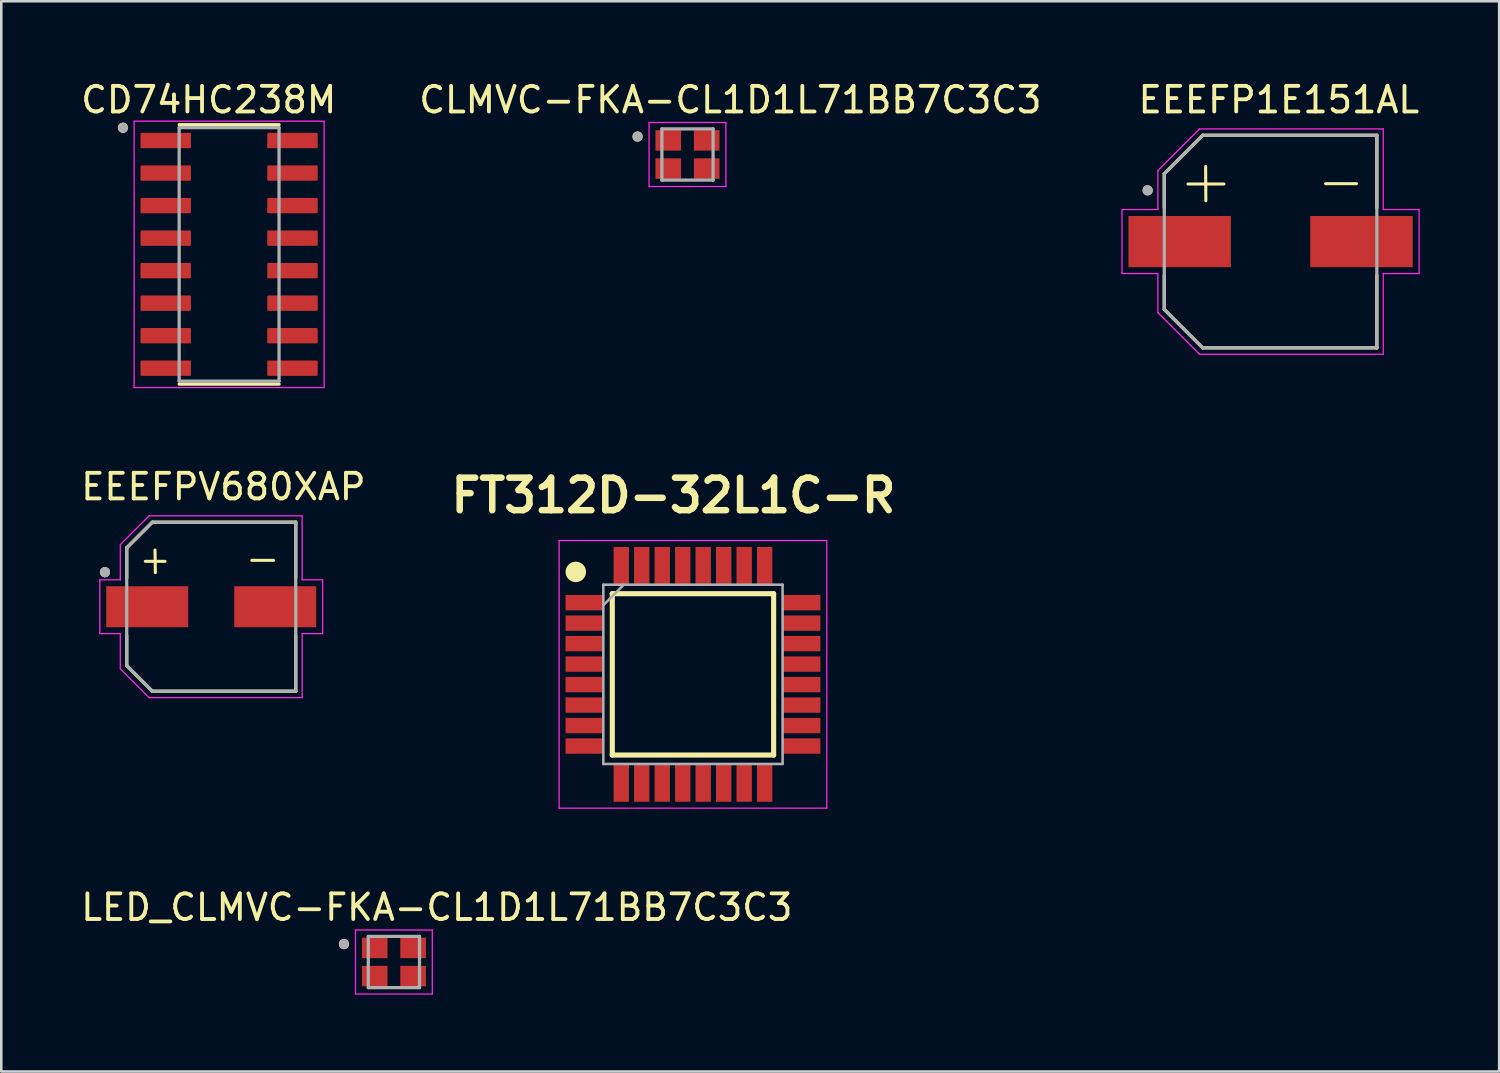
<source format=kicad_pcb>
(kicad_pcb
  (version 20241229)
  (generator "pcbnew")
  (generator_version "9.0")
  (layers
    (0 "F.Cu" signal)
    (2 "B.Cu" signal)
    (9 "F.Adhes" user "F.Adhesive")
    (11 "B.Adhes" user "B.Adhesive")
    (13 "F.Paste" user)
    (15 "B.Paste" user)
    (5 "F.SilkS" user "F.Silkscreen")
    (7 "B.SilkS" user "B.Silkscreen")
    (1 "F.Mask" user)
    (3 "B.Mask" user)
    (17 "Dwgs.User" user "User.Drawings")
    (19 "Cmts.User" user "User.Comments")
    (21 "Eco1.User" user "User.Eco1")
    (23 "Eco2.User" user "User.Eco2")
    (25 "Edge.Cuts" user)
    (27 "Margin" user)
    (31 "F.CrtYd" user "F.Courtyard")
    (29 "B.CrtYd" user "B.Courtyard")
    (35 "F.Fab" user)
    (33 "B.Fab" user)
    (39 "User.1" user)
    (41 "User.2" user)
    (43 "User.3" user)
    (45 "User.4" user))
  (footprint "EEEFP1E151AL"
    (layer "F.Cu")
    (at 46.563 6.383)
    (property "Reference" "EEEFP1E151AL" (at 0.325 -5.535 0) (layer "F.SilkS") (effects (font (size 1 1) (thickness 0.15))))
    (attr through_hole)
    (fp_line (start -4.15 -2.65) (end -4.15 -1.32) (stroke (width 0.127) (type solid)) (layer "F.SilkS"))
    (fp_line (start -4.15 1.32) (end -4.15 2.65) (stroke (width 0.127) (type solid)) (layer "F.SilkS"))
    (fp_line (start -4.15 2.65) (end -2.65 4.15) (stroke (width 0.127) (type solid)) (layer "F.SilkS"))
    (fp_line (start -3.223 -2.248) (end -1.821 -2.248) (stroke (width 0.12) (type solid)) (layer "F.SilkS"))
    (fp_line (start -2.65 -4.15) (end -4.15 -2.65) (stroke (width 0.127) (type solid)) (layer "F.SilkS"))
    (fp_line (start -2.65 4.15) (end 4.15 4.15) (stroke (width 0.127) (type solid)) (layer "F.SilkS"))
    (fp_line (start -2.535 -2.931) (end -2.527 -1.595) (stroke (width 0.12) (type solid)) (layer "F.SilkS"))
    (fp_line (start 2.151 -2.261) (end 3.355 -2.261) (stroke (width 0.12) (type solid)) (layer "F.SilkS"))
    (fp_line (start 4.15 -4.15) (end -2.65 -4.15) (stroke (width 0.127) (type solid)) (layer "F.SilkS"))
    (fp_line (start 4.15 -1.32) (end 4.15 -4.15) (stroke (width 0.127) (type solid)) (layer "F.SilkS"))
    (fp_line (start 4.15 4.15) (end 4.15 1.32) (stroke (width 0.127) (type solid)) (layer "F.SilkS"))
    (fp_circle (center -4.8 -2) (end -4.7 -2) (stroke (width 0.2) (type solid)) (fill no) (layer "F.SilkS"))
    (fp_line (start -5.8 -1.25) (end -4.4 -1.25) (stroke (width 0.05) (type solid)) (layer "F.CrtYd"))
    (fp_line (start -5.8 1.25) (end -5.8 -1.25) (stroke (width 0.05) (type solid)) (layer "F.CrtYd"))
    (fp_line (start -4.4 -2.775) (end -2.775 -4.4) (stroke (width 0.05) (type solid)) (layer "F.CrtYd"))
    (fp_line (start -4.4 -1.25) (end -4.4 -2.775) (stroke (width 0.05) (type solid)) (layer "F.CrtYd"))
    (fp_line (start -4.4 1.25) (end -5.8 1.25) (stroke (width 0.05) (type solid)) (layer "F.CrtYd"))
    (fp_line (start -4.4 2.775) (end -4.4 1.25) (stroke (width 0.05) (type solid)) (layer "F.CrtYd"))
    (fp_line (start -2.775 -4.4) (end 4.4 -4.4) (stroke (width 0.05) (type solid)) (layer "F.CrtYd"))
    (fp_line (start -2.775 4.4) (end -4.4 2.775) (stroke (width 0.05) (type solid)) (layer "F.CrtYd"))
    (fp_line (start 4.4 -4.4) (end 4.4 -1.25) (stroke (width 0.05) (type solid)) (layer "F.CrtYd"))
    (fp_line (start 4.4 -1.25) (end 5.8 -1.25) (stroke (width 0.05) (type solid)) (layer "F.CrtYd"))
    (fp_line (start 4.4 1.25) (end 4.4 4.4) (stroke (width 0.05) (type solid)) (layer "F.CrtYd"))
    (fp_line (start 4.4 4.4) (end -2.775 4.4) (stroke (width 0.05) (type solid)) (layer "F.CrtYd"))
    (fp_line (start 5.8 -1.25) (end 5.8 1.25) (stroke (width 0.05) (type solid)) (layer "F.CrtYd"))
    (fp_line (start 5.8 1.25) (end 4.4 1.25) (stroke (width 0.05) (type solid)) (layer "F.CrtYd"))
    (fp_line (start -4.15 -2.65) (end -4.15 2.65) (stroke (width 0.127) (type solid)) (layer "F.Fab"))
    (fp_line (start -4.15 2.65) (end -2.65 4.15) (stroke (width 0.127) (type solid)) (layer "F.Fab"))
    (fp_line (start -2.65 -4.15) (end -4.15 -2.65) (stroke (width 0.127) (type solid)) (layer "F.Fab"))
    (fp_line (start -2.65 4.15) (end 4.15 4.15) (stroke (width 0.127) (type solid)) (layer "F.Fab"))
    (fp_line (start 4.15 -4.15) (end -2.65 -4.15) (stroke (width 0.127) (type solid)) (layer "F.Fab"))
    (fp_line (start 4.15 4.15) (end 4.15 -4.15) (stroke (width 0.127) (type solid)) (layer "F.Fab"))
    (fp_circle (center -4.8 -2) (end -4.7 -2) (stroke (width 0.2) (type solid)) (fill no) (layer "F.Fab"))
    (pad "1" smd rect (at -3.55 0) (size 4 2) (layers "F.Cu" "F.Mask" "F.Paste"))
    (pad "2" smd rect (at 3.55 0) (size 4 2) (layers "F.Cu" "F.Mask" "F.Paste")))
  (footprint "LED_CLMVC-FKA-CL1D1L71BB7C3C3"
    (layer "F.Cu")
    (at 12.331 34.515)
    (property "Reference" "LED_CLMVC-FKA-CL1D1L71BB7C3C3" (at 1.675 -2.135 0) (layer "F.SilkS") (effects (font (size 1 1) (thickness 0.15))))
    (attr through_hole)
    (fp_circle (center -1.95 -0.7) (end -1.85 -0.7) (stroke (width 0.2) (type solid)) (fill no) (layer "F.SilkS"))
    (fp_line (start -1.5 -1.25) (end -1.5 1.25) (stroke (width 0.05) (type solid)) (layer "F.CrtYd"))
    (fp_line (start -1.5 1.25) (end 1.5 1.25) (stroke (width 0.05) (type solid)) (layer "F.CrtYd"))
    (fp_line (start 1.5 -1.25) (end -1.5 -1.25) (stroke (width 0.05) (type solid)) (layer "F.CrtYd"))
    (fp_line (start 1.5 1.25) (end 1.5 -1.25) (stroke (width 0.05) (type solid)) (layer "F.CrtYd"))
    (fp_line (start -1 -1) (end -1 1) (stroke (width 0.127) (type solid)) (layer "F.Fab"))
    (fp_line (start -1 1) (end 1 1) (stroke (width 0.127) (type solid)) (layer "F.Fab"))
    (fp_line (start 1 -1) (end -1 -1) (stroke (width 0.127) (type solid)) (layer "F.Fab"))
    (fp_line (start 1 1) (end 1 -1) (stroke (width 0.127) (type solid)) (layer "F.Fab"))
    (fp_circle (center -1.95 -0.7) (end -1.85 -0.7) (stroke (width 0.2) (type solid)) (fill no) (layer "F.Fab"))
    (pad "1" smd rect (at -0.75 -0.55 270) (size 0.8 1) (layers "F.Cu" "F.Mask" "F.Paste"))
    (pad "2" smd rect (at 0.75 -0.55 270) (size 0.8 1) (layers "F.Cu" "F.Mask" "F.Paste"))
    (pad "3" smd rect (at 0.75 0.55 270) (size 0.8 1) (layers "F.Cu" "F.Mask" "F.Paste"))
    (pad "4" smd rect (at -0.75 0.55 270) (size 0.8 1) (layers "F.Cu" "F.Mask" "F.Paste")))
  (footprint "EEEFPV680XAP"
    (layer "F.Cu")
    (at 5.198 20.642)
    (property "Reference" "EEEFPV680XAP" (at 0.475 -4.685 0) (layer "F.SilkS") (effects (font (size 1 1) (thickness 0.15))))
    (attr through_hole)
    (fp_line (start -3.3 -2.3) (end -3.3 -1.12) (stroke (width 0.127) (type solid)) (layer "F.SilkS"))
    (fp_line (start -3.3 1.12) (end -3.3 2.3) (stroke (width 0.127) (type solid)) (layer "F.SilkS"))
    (fp_line (start -3.3 2.3) (end -2.3 3.3) (stroke (width 0.127) (type solid)) (layer "F.SilkS"))
    (fp_line (start -2.573 -1.773) (end -1.803 -1.773) (stroke (width 0.12) (type solid)) (layer "F.SilkS"))
    (fp_line (start -2.3 -3.3) (end -3.3 -2.3) (stroke (width 0.127) (type solid)) (layer "F.SilkS"))
    (fp_line (start -2.3 3.3) (end 3.3 3.3) (stroke (width 0.127) (type solid)) (layer "F.SilkS"))
    (fp_line (start -2.195 -2.215) (end -2.182 -1.331) (stroke (width 0.12) (type solid)) (layer "F.SilkS"))
    (fp_line (start 1.587 -1.811) (end 2.433 -1.811) (stroke (width 0.12) (type solid)) (layer "F.SilkS"))
    (fp_line (start 3.3 -3.3) (end -2.3 -3.3) (stroke (width 0.127) (type solid)) (layer "F.SilkS"))
    (fp_line (start 3.3 -1.12) (end 3.3 -3.3) (stroke (width 0.127) (type solid)) (layer "F.SilkS"))
    (fp_line (start 3.3 3.3) (end 3.3 1.12) (stroke (width 0.127) (type solid)) (layer "F.SilkS"))
    (fp_circle (center -4.15 -1.35) (end -4.05 -1.35) (stroke (width 0.2) (type solid)) (fill no) (layer "F.SilkS"))
    (fp_line (start -4.35 -1.05) (end -3.55 -1.05) (stroke (width 0.05) (type solid)) (layer "F.CrtYd"))
    (fp_line (start -4.35 1.05) (end -4.35 -1.05) (stroke (width 0.05) (type solid)) (layer "F.CrtYd"))
    (fp_line (start -3.55 -2.425) (end -2.425 -3.55) (stroke (width 0.05) (type solid)) (layer "F.CrtYd"))
    (fp_line (start -3.55 -1.05) (end -3.55 -2.425) (stroke (width 0.05) (type solid)) (layer "F.CrtYd"))
    (fp_line (start -3.55 1.05) (end -4.35 1.05) (stroke (width 0.05) (type solid)) (layer "F.CrtYd"))
    (fp_line (start -3.55 2.425) (end -3.55 1.05) (stroke (width 0.05) (type solid)) (layer "F.CrtYd"))
    (fp_line (start -2.425 -3.55) (end 3.55 -3.55) (stroke (width 0.05) (type solid)) (layer "F.CrtYd"))
    (fp_line (start -2.425 3.55) (end -3.55 2.425) (stroke (width 0.05) (type solid)) (layer "F.CrtYd"))
    (fp_line (start 3.55 -3.55) (end 3.55 -1.05) (stroke (width 0.05) (type solid)) (layer "F.CrtYd"))
    (fp_line (start 3.55 -1.05) (end 4.35 -1.05) (stroke (width 0.05) (type solid)) (layer "F.CrtYd"))
    (fp_line (start 3.55 1.05) (end 3.55 3.55) (stroke (width 0.05) (type solid)) (layer "F.CrtYd"))
    (fp_line (start 3.55 3.55) (end -2.425 3.55) (stroke (width 0.05) (type solid)) (layer "F.CrtYd"))
    (fp_line (start 4.35 -1.05) (end 4.35 1.05) (stroke (width 0.05) (type solid)) (layer "F.CrtYd"))
    (fp_line (start 4.35 1.05) (end 3.55 1.05) (stroke (width 0.05) (type solid)) (layer "F.CrtYd"))
    (fp_line (start -3.3 -2.3) (end -3.3 2.3) (stroke (width 0.127) (type solid)) (layer "F.Fab"))
    (fp_line (start -3.3 2.3) (end -2.3 3.3) (stroke (width 0.127) (type solid)) (layer "F.Fab"))
    (fp_line (start -2.3 -3.3) (end -3.3 -2.3) (stroke (width 0.127) (type solid)) (layer "F.Fab"))
    (fp_line (start -2.3 3.3) (end 3.3 3.3) (stroke (width 0.127) (type solid)) (layer "F.Fab"))
    (fp_line (start 3.3 -3.3) (end -2.3 -3.3) (stroke (width 0.127) (type solid)) (layer "F.Fab"))
    (fp_line (start 3.3 3.3) (end 3.3 -3.3) (stroke (width 0.127) (type solid)) (layer "F.Fab"))
    (fp_circle (center -4.15 -1.35) (end -4.05 -1.35) (stroke (width 0.2) (type solid)) (fill no) (layer "F.Fab"))
    (pad "1" smd rect (at -2.5 0) (size 3.2 1.6) (layers "F.Cu" "F.Mask" "F.Paste"))
    (pad "2" smd rect (at 2.5 0) (size 3.2 1.6) (layers "F.Cu" "F.Mask" "F.Paste")))
  (footprint "FT312D-32L1C-R"
    (layer "F.Cu")
    (at 24.009 23.282)
    (property "Reference" "FT312D-32L1C-R" (at -0.762 -6.985 0) (layer "F.SilkS") (effects (font (size 1.27 1.27) (thickness 0.254))))
    (attr smd)
    (fp_line (start -3.15 -3.15) (end 3.15 -3.15) (stroke (width 0.2) (type solid)) (layer "F.SilkS"))
    (fp_line (start -3.15 3.15) (end -3.15 -3.15) (stroke (width 0.2) (type solid)) (layer "F.SilkS"))
    (fp_line (start 3.15 -3.15) (end 3.15 3.15) (stroke (width 0.2) (type solid)) (layer "F.SilkS"))
    (fp_line (start 3.15 3.15) (end -3.15 3.15) (stroke (width 0.2) (type solid)) (layer "F.SilkS"))
    (fp_circle (center -4.575 -4) (end -4.575 -3.8) (stroke (width 0.4) (type solid)) (fill no) (layer "F.SilkS"))
    (fp_line (start -5.225 -5.225) (end 5.225 -5.225) (stroke (width 0.05) (type solid)) (layer "F.CrtYd"))
    (fp_line (start -5.225 5.225) (end -5.225 -5.225) (stroke (width 0.05) (type solid)) (layer "F.CrtYd"))
    (fp_line (start 5.225 -5.225) (end 5.225 5.225) (stroke (width 0.05) (type solid)) (layer "F.CrtYd"))
    (fp_line (start 5.225 5.225) (end -5.225 5.225) (stroke (width 0.05) (type solid)) (layer "F.CrtYd"))
    (fp_line (start -3.5 -3.5) (end 3.5 -3.5) (stroke (width 0.1) (type solid)) (layer "F.Fab"))
    (fp_line (start -3.5 -2.7) (end -2.7 -3.5) (stroke (width 0.1) (type solid)) (layer "F.Fab"))
    (fp_line (start -3.5 3.5) (end -3.5 -3.5) (stroke (width 0.1) (type solid)) (layer "F.Fab"))
    (fp_line (start 3.5 -3.5) (end 3.5 3.5) (stroke (width 0.1) (type solid)) (layer "F.Fab"))
    (fp_line (start 3.5 3.5) (end -3.5 3.5) (stroke (width 0.1) (type solid)) (layer "F.Fab"))
    (pad "1" smd rect (at -4.238 -2.8 90) (size 0.6 1.475) (layers "F.Cu" "F.Mask" "F.Paste"))
    (pad "2" smd rect (at -4.238 -2 90) (size 0.6 1.475) (layers "F.Cu" "F.Mask" "F.Paste"))
    (pad "3" smd rect (at -4.238 -1.2 90) (size 0.6 1.475) (layers "F.Cu" "F.Mask" "F.Paste"))
    (pad "4" smd rect (at -4.238 -0.4 90) (size 0.6 1.475) (layers "F.Cu" "F.Mask" "F.Paste"))
    (pad "5" smd rect (at -4.238 0.4 90) (size 0.6 1.475) (layers "F.Cu" "F.Mask" "F.Paste"))
    (pad "6" smd rect (at -4.238 1.2 90) (size 0.6 1.475) (layers "F.Cu" "F.Mask" "F.Paste"))
    (pad "7" smd rect (at -4.238 2 90) (size 0.6 1.475) (layers "F.Cu" "F.Mask" "F.Paste"))
    (pad "8" smd rect (at -4.238 2.8 90) (size 0.6 1.475) (layers "F.Cu" "F.Mask" "F.Paste"))
    (pad "9" smd rect (at -2.8 4.238) (size 0.6 1.475) (layers "F.Cu" "F.Mask" "F.Paste"))
    (pad "10" smd rect (at -2 4.238) (size 0.6 1.475) (layers "F.Cu" "F.Mask" "F.Paste"))
    (pad "11" smd rect (at -1.2 4.238) (size 0.6 1.475) (layers "F.Cu" "F.Mask" "F.Paste"))
    (pad "12" smd rect (at -0.4 4.238) (size 0.6 1.475) (layers "F.Cu" "F.Mask" "F.Paste"))
    (pad "13" smd rect (at 0.4 4.238) (size 0.6 1.475) (layers "F.Cu" "F.Mask" "F.Paste"))
    (pad "14" smd rect (at 1.2 4.238) (size 0.6 1.475) (layers "F.Cu" "F.Mask" "F.Paste"))
    (pad "15" smd rect (at 2 4.238) (size 0.6 1.475) (layers "F.Cu" "F.Mask" "F.Paste"))
    (pad "16" smd rect (at 2.8 4.238) (size 0.6 1.475) (layers "F.Cu" "F.Mask" "F.Paste"))
    (pad "17" smd rect (at 4.238 2.8 90) (size 0.6 1.475) (layers "F.Cu" "F.Mask" "F.Paste"))
    (pad "18" smd rect (at 4.238 2 90) (size 0.6 1.475) (layers "F.Cu" "F.Mask" "F.Paste"))
    (pad "19" smd rect (at 4.238 1.2 90) (size 0.6 1.475) (layers "F.Cu" "F.Mask" "F.Paste"))
    (pad "20" smd rect (at 4.238 0.4 90) (size 0.6 1.475) (layers "F.Cu" "F.Mask" "F.Paste"))
    (pad "21" smd rect (at 4.238 -0.4 90) (size 0.6 1.475) (layers "F.Cu" "F.Mask" "F.Paste"))
    (pad "22" smd rect (at 4.238 -1.2 90) (size 0.6 1.475) (layers "F.Cu" "F.Mask" "F.Paste"))
    (pad "23" smd rect (at 4.238 -2 90) (size 0.6 1.475) (layers "F.Cu" "F.Mask" "F.Paste"))
    (pad "24" smd rect (at 4.238 -2.8 90) (size 0.6 1.475) (layers "F.Cu" "F.Mask" "F.Paste"))
    (pad "25" smd rect (at 2.8 -4.238) (size 0.6 1.475) (layers "F.Cu" "F.Mask" "F.Paste"))
    (pad "26" smd rect (at 2 -4.238) (size 0.6 1.475) (layers "F.Cu" "F.Mask" "F.Paste"))
    (pad "27" smd rect (at 1.2 -4.238) (size 0.6 1.475) (layers "F.Cu" "F.Mask" "F.Paste"))
    (pad "28" smd rect (at 0.4 -4.238) (size 0.6 1.475) (layers "F.Cu" "F.Mask" "F.Paste"))
    (pad "29" smd rect (at -0.4 -4.238) (size 0.6 1.475) (layers "F.Cu" "F.Mask" "F.Paste"))
    (pad "30" smd rect (at -1.2 -4.238) (size 0.6 1.475) (layers "F.Cu" "F.Mask" "F.Paste"))
    (pad "31" smd rect (at -2 -4.238) (size 0.6 1.475) (layers "F.Cu" "F.Mask" "F.Paste"))
    (pad "32" smd rect (at -2.8 -4.238) (size 0.6 1.475) (layers "F.Cu" "F.Mask" "F.Paste")))
  (footprint "CLMVC-FKA-CL1D1L71BB7C3C3"
    (layer "F.Cu")
    (at 23.795 2.983)
    (property "Reference" "CLMVC-FKA-CL1D1L71BB7C3C3" (at 1.675 -2.135 0) (layer "F.SilkS") (effects (font (size 1 1) (thickness 0.15))))
    (attr through_hole)
    (fp_circle (center -1.95 -0.7) (end -1.85 -0.7) (stroke (width 0.2) (type solid)) (fill no) (layer "F.SilkS"))
    (fp_line (start -1.5 -1.25) (end -1.5 1.25) (stroke (width 0.05) (type solid)) (layer "F.CrtYd"))
    (fp_line (start -1.5 1.25) (end 1.5 1.25) (stroke (width 0.05) (type solid)) (layer "F.CrtYd"))
    (fp_line (start 1.5 -1.25) (end -1.5 -1.25) (stroke (width 0.05) (type solid)) (layer "F.CrtYd"))
    (fp_line (start 1.5 1.25) (end 1.5 -1.25) (stroke (width 0.05) (type solid)) (layer "F.CrtYd"))
    (fp_line (start -1 -1) (end -1 1) (stroke (width 0.127) (type solid)) (layer "F.Fab"))
    (fp_line (start -1 1) (end 1 1) (stroke (width 0.127) (type solid)) (layer "F.Fab"))
    (fp_line (start 1 -1) (end -1 -1) (stroke (width 0.127) (type solid)) (layer "F.Fab"))
    (fp_line (start 1 1) (end 1 -1) (stroke (width 0.127) (type solid)) (layer "F.Fab"))
    (fp_circle (center -1.95 -0.7) (end -1.85 -0.7) (stroke (width 0.2) (type solid)) (fill no) (layer "F.Fab"))
    (pad "1" smd rect (at -0.75 -0.55 270) (size 0.8 1) (layers "F.Cu" "F.Mask" "F.Paste"))
    (pad "2" smd rect (at 0.75 -0.55 270) (size 0.8 1) (layers "F.Cu" "F.Mask" "F.Paste"))
    (pad "3" smd rect (at 0.75 0.55 270) (size 0.8 1) (layers "F.Cu" "F.Mask" "F.Paste"))
    (pad "4" smd rect (at -0.75 0.55 270) (size 0.8 1) (layers "F.Cu" "F.Mask" "F.Paste")))
  (footprint "CD74HC238M"
    (layer "F.Cu")
    (at 5.896 6.883)
    (property "Reference" "CD74HC238M" (at -0.795 -6.035 0) (layer "F.SilkS") (effects (font (size 1 1) (thickness 0.15))))
    (attr through_hole)
    (fp_line (start -1.95 -5.065) (end 1.95 -5.065) (stroke (width 0.127) (type solid)) (layer "F.SilkS"))
    (fp_line (start -1.95 5.065) (end 1.95 5.065) (stroke (width 0.127) (type solid)) (layer "F.SilkS"))
    (fp_circle (center -4.145 -4.945) (end -4.045 -4.945) (stroke (width 0.2) (type solid)) (fill no) (layer "F.SilkS"))
    (fp_line (start -3.71 -5.2) (end -3.71 5.2) (stroke (width 0.05) (type solid)) (layer "F.CrtYd"))
    (fp_line (start -3.71 -5.2) (end 3.71 -5.2) (stroke (width 0.05) (type solid)) (layer "F.CrtYd"))
    (fp_line (start -3.71 5.2) (end 3.71 5.2) (stroke (width 0.05) (type solid)) (layer "F.CrtYd"))
    (fp_line (start 3.71 -5.2) (end 3.71 5.2) (stroke (width 0.05) (type solid)) (layer "F.CrtYd"))
    (fp_line (start -1.95 -4.95) (end -1.95 4.95) (stroke (width 0.127) (type solid)) (layer "F.Fab"))
    (fp_line (start -1.95 -4.95) (end 1.95 -4.95) (stroke (width 0.127) (type solid)) (layer "F.Fab"))
    (fp_line (start -1.95 4.95) (end 1.95 4.95) (stroke (width 0.127) (type solid)) (layer "F.Fab"))
    (fp_line (start 1.95 -4.95) (end 1.95 4.95) (stroke (width 0.127) (type solid)) (layer "F.Fab"))
    (fp_circle (center -4.145 -4.945) (end -4.045 -4.945) (stroke (width 0.2) (type solid)) (fill no) (layer "F.Fab"))
    (pad "1" smd roundrect (at -2.475 -4.445) (size 1.97 0.6) (layers "F.Cu" "F.Mask" "F.Paste") (roundrect_rratio 0.07))
    (pad "2" smd roundrect (at -2.475 -3.175) (size 1.97 0.6) (layers "F.Cu" "F.Mask" "F.Paste") (roundrect_rratio 0.07))
    (pad "3" smd roundrect (at -2.475 -1.905) (size 1.97 0.6) (layers "F.Cu" "F.Mask" "F.Paste") (roundrect_rratio 0.07))
    (pad "4" smd roundrect (at -2.475 -0.635) (size 1.97 0.6) (layers "F.Cu" "F.Mask" "F.Paste") (roundrect_rratio 0.07))
    (pad "5" smd roundrect (at -2.475 0.635) (size 1.97 0.6) (layers "F.Cu" "F.Mask" "F.Paste") (roundrect_rratio 0.07))
    (pad "6" smd roundrect (at -2.475 1.905) (size 1.97 0.6) (layers "F.Cu" "F.Mask" "F.Paste") (roundrect_rratio 0.07))
    (pad "7" smd roundrect (at -2.475 3.175) (size 1.97 0.6) (layers "F.Cu" "F.Mask" "F.Paste") (roundrect_rratio 0.07))
    (pad "8" smd roundrect (at -2.475 4.445) (size 1.97 0.6) (layers "F.Cu" "F.Mask" "F.Paste") (roundrect_rratio 0.07))
    (pad "9" smd roundrect (at 2.475 4.445) (size 1.97 0.6) (layers "F.Cu" "F.Mask" "F.Paste") (roundrect_rratio 0.07))
    (pad "10" smd roundrect (at 2.475 3.175) (size 1.97 0.6) (layers "F.Cu" "F.Mask" "F.Paste") (roundrect_rratio 0.07))
    (pad "11" smd roundrect (at 2.475 1.905) (size 1.97 0.6) (layers "F.Cu" "F.Mask" "F.Paste") (roundrect_rratio 0.07))
    (pad "12" smd roundrect (at 2.475 0.635) (size 1.97 0.6) (layers "F.Cu" "F.Mask" "F.Paste") (roundrect_rratio 0.07))
    (pad "13" smd roundrect (at 2.475 -0.635) (size 1.97 0.6) (layers "F.Cu" "F.Mask" "F.Paste") (roundrect_rratio 0.07))
    (pad "14" smd roundrect (at 2.475 -1.905) (size 1.97 0.6) (layers "F.Cu" "F.Mask" "F.Paste") (roundrect_rratio 0.07))
    (pad "15" smd roundrect (at 2.475 -3.175) (size 1.97 0.6) (layers "F.Cu" "F.Mask" "F.Paste") (roundrect_rratio 0.07))
    (pad "16" smd roundrect (at 2.475 -4.445) (size 1.97 0.6) (layers "F.Cu" "F.Mask" "F.Paste") (roundrect_rratio 0.07)))
  (gr_rect
    (start -3 -3)
    (end 55.489 38.79)
    (stroke (width 0.1) (type default))
    (fill no)
    (layer "Edge.Cuts")))
</source>
